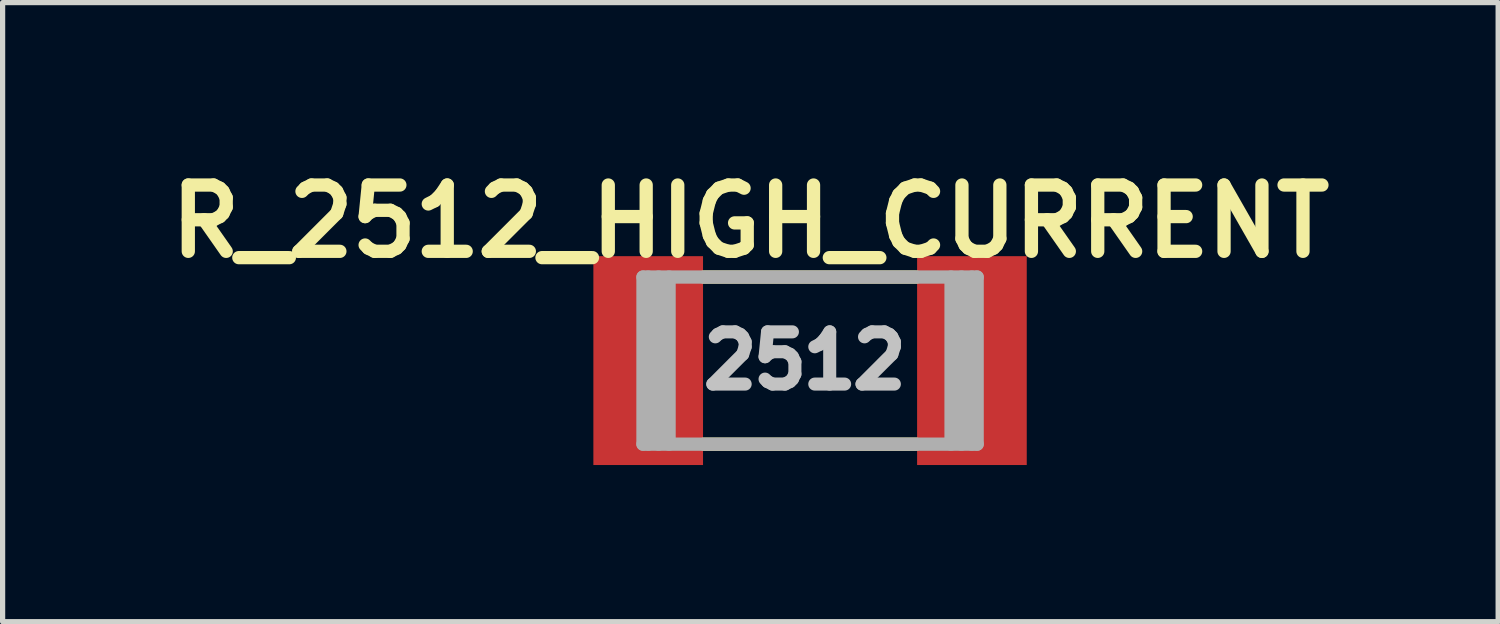
<source format=kicad_pcb>
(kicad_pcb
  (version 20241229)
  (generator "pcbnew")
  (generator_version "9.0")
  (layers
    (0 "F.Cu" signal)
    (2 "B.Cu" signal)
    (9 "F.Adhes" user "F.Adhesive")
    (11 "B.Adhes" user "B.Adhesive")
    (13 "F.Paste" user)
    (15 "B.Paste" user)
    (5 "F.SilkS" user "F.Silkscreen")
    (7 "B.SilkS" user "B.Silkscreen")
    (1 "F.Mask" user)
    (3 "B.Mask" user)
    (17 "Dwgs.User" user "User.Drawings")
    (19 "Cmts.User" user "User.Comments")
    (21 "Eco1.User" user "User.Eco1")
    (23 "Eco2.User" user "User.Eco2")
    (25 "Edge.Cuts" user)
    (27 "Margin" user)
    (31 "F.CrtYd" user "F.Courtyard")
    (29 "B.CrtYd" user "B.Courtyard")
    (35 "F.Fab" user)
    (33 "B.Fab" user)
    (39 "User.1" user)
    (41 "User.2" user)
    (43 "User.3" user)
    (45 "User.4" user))
  (footprint "R_2512_HIGH_CURRENT"
    (layer "F.Cu")
    (at 12.464 3.856)
    (property "Reference" "R_2512_HIGH_CURRENT" (at -1.143 -2.667 0) (layer "F.SilkS") (effects (font (size 1.27 1.27) (thickness 0.254))))
    (attr smd)
    (fp_line (start 2.032 -1.6) (end -2.032 -1.6) (stroke (width 0.254) (type solid)) (layer "F.SilkS"))
    (fp_line (start 2.032 1.6) (end -2.032 1.6) (stroke (width 0.254) (type solid)) (layer "F.SilkS"))
    (fp_line (start -3.2 -1.6) (end 3.2 -1.6) (stroke (width 0.254) (type solid)) (layer "F.Fab"))
    (fp_line (start -3.2 1.6) (end -3.2 -1.6) (stroke (width 0.254) (type solid)) (layer "F.Fab"))
    (fp_line (start -3.1 -1.6) (end -3.1 1.6) (stroke (width 0.254) (type solid)) (layer "F.Fab"))
    (fp_line (start -2.9 1.6) (end -2.9 -1.6) (stroke (width 0.254) (type solid)) (layer "F.Fab"))
    (fp_line (start -2.7 -1.6) (end -2.7 1.6) (stroke (width 0.254) (type solid)) (layer "F.Fab"))
    (fp_line (start 2.7 -1.6) (end 2.7 1.6) (stroke (width 0.254) (type solid)) (layer "F.Fab"))
    (fp_line (start 2.9 -1.6) (end 2.9 1.6) (stroke (width 0.254) (type solid)) (layer "F.Fab"))
    (fp_line (start 3.1 -1.6) (end 3.1 1.6) (stroke (width 0.254) (type solid)) (layer "F.Fab"))
    (fp_line (start 3.2 -1.6) (end 3.2 1.6) (stroke (width 0.254) (type solid)) (layer "F.Fab"))
    (fp_line (start 3.2 1.6) (end -3.2 1.6) (stroke (width 0.254) (type solid)) (layer "F.Fab"))
    (fp_text user "2512" (at -0.1 0 0) (layer "Dwgs.User") (effects (font (size 1 1) (thickness 0.25))))
    (pad "1" smd rect (at -3.1 0) (size 2.1 4) (layers "F.Cu" "F.Mask" "F.Paste"))
    (pad "2" smd rect (at 3.1 0) (size 2.1 4) (layers "F.Cu" "F.Mask" "F.Paste")))
  (gr_rect
    (start -3 -3)
    (end 25.642 8.856)
    (stroke (width 0.1) (type default))
    (fill no)
    (layer "Edge.Cuts")))
</source>
